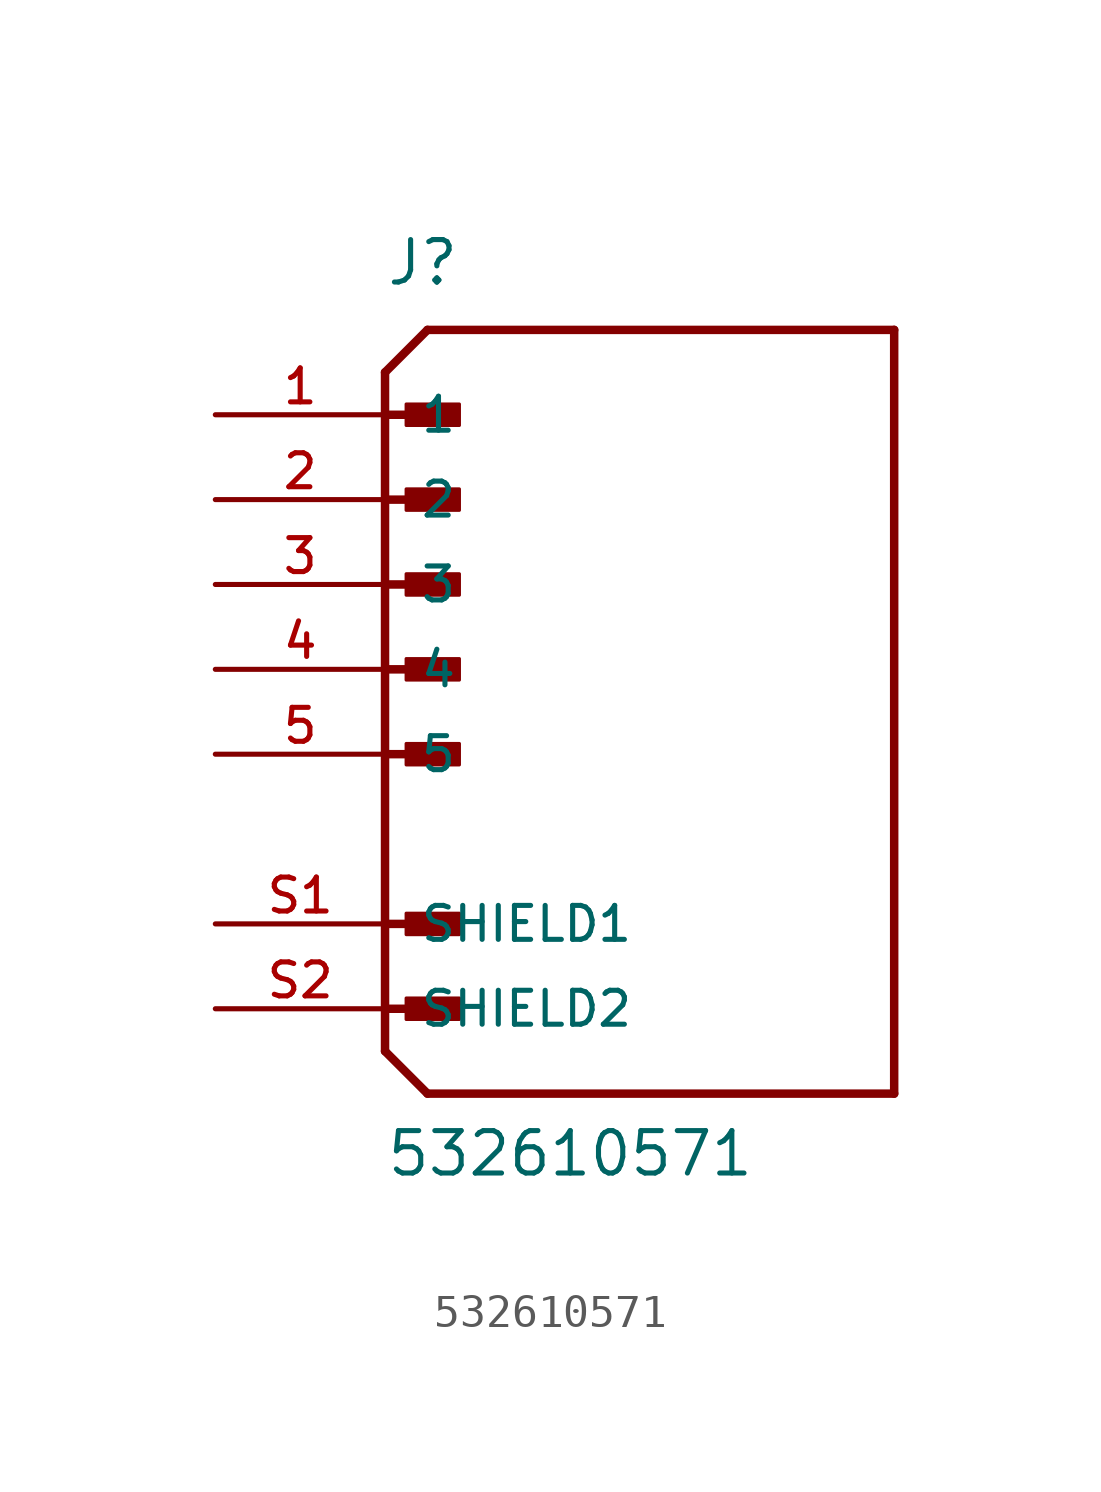
<source format=kicad_sym>
(kicad_symbol_lib
  (version 20211014)
  (generator kicad_symbol_editor)
  (symbol "532610571"
    (pin_names
      (offset 1.016))
    (property "Reference" "J"
      (at -7.62 11.43 0)
      (effects (font (size 1.27 1.27)) (justify bottom left)))
    (property "Value" "532610571"
      (at -7.62 -15.24 0)
      (effects (font (size 1.27 1.27)) (justify bottom left)))
    (symbol "532610571_0_0"
      (polyline (pts (xy -7.62 8.89) (xy -6.35 10.16)) (stroke (width 0.254)))
      (polyline (pts (xy -7.62 8.89) (xy -7.62 -11.43)) (stroke (width 0.254)))
      (polyline (pts (xy -7.62 -11.43) (xy -6.35 -12.7)) (stroke (width 0.254)))
      (polyline (pts (xy -6.35 -12.7) (xy 7.62 -12.7)) (stroke (width 0.254)))
      (polyline (pts (xy 7.62 -12.7) (xy 7.62 10.16)) (stroke (width 0.254)))
      (polyline (pts (xy 7.62 10.16) (xy -6.35 10.16)) (stroke (width 0.254)))
      (rectangle (start -6.985 7.303) (end -5.397 7.938) (stroke (width 0.1)) (fill (type outline)))
      (polyline (pts (xy -7.62 5.08) (xy -5.715 5.08)) (stroke (width 0.254)))
      (rectangle (start -6.985 4.763) (end -5.397 5.397) (stroke (width 0.1)) (fill (type outline)))
      (polyline (pts (xy -7.62 2.54) (xy -5.715 2.54)) (stroke (width 0.254)))
      (rectangle (start -6.985 2.223) (end -5.397 2.857) (stroke (width 0.1)) (fill (type outline)))
      (polyline (pts (xy -7.62 0.0) (xy -5.715 0.0)) (stroke (width 0.254)))
      (rectangle (start -6.985 -0.318) (end -5.397 0.318) (stroke (width 0.1)) (fill (type outline)))
      (polyline (pts (xy -7.62 -2.54) (xy -5.715 -2.54)) (stroke (width 0.254)))
      (rectangle (start -6.985 -2.857) (end -5.397 -2.223) (stroke (width 0.1)) (fill (type outline)))
      (polyline (pts (xy -7.62 7.62) (xy -5.715 7.62)) (stroke (width 0.254)))
      (polyline (pts (xy -7.62 -7.62) (xy -5.715 -7.62)) (stroke (width 0.254)))
      (rectangle (start -6.985 -7.938) (end -5.397 -7.303) (stroke (width 0.1)) (fill (type outline)))
      (polyline (pts (xy -7.62 -10.16) (xy -5.715 -10.16)) (stroke (width 0.254)))
      (rectangle (start -6.985 -10.477) (end -5.397 -9.842) (stroke (width 0.1)) (fill (type outline)))
      (pin passive line (at -12.7 7.62 0) (length 5.08) (name "1" (effects (font (size 1.016 1.016)))) (number "1" (effects (font (size 1.016 1.016)))))
      (pin passive line (at -12.7 5.08 0) (length 5.08) (name "2" (effects (font (size 1.016 1.016)))) (number "2" (effects (font (size 1.016 1.016)))))
      (pin passive line (at -12.7 2.54 0) (length 5.08) (name "3" (effects (font (size 1.016 1.016)))) (number "3" (effects (font (size 1.016 1.016)))))
      (pin passive line (at -12.7 0.0 0) (length 5.08) (name "4" (effects (font (size 1.016 1.016)))) (number "4" (effects (font (size 1.016 1.016)))))
      (pin passive line (at -12.7 -2.54 0) (length 5.08) (name "5" (effects (font (size 1.016 1.016)))) (number "5" (effects (font (size 1.016 1.016)))))
      (pin passive line (at -12.7 -7.62 0) (length 5.08) (name "SHIELD1" (effects (font (size 1.016 1.016)))) (number "S1" (effects (font (size 1.016 1.016)))))
      (pin passive line (at -12.7 -10.16 0) (length 5.08) (name "SHIELD2" (effects (font (size 1.016 1.016)))) (number "S2" (effects (font (size 1.016 1.016))))))))
</source>
